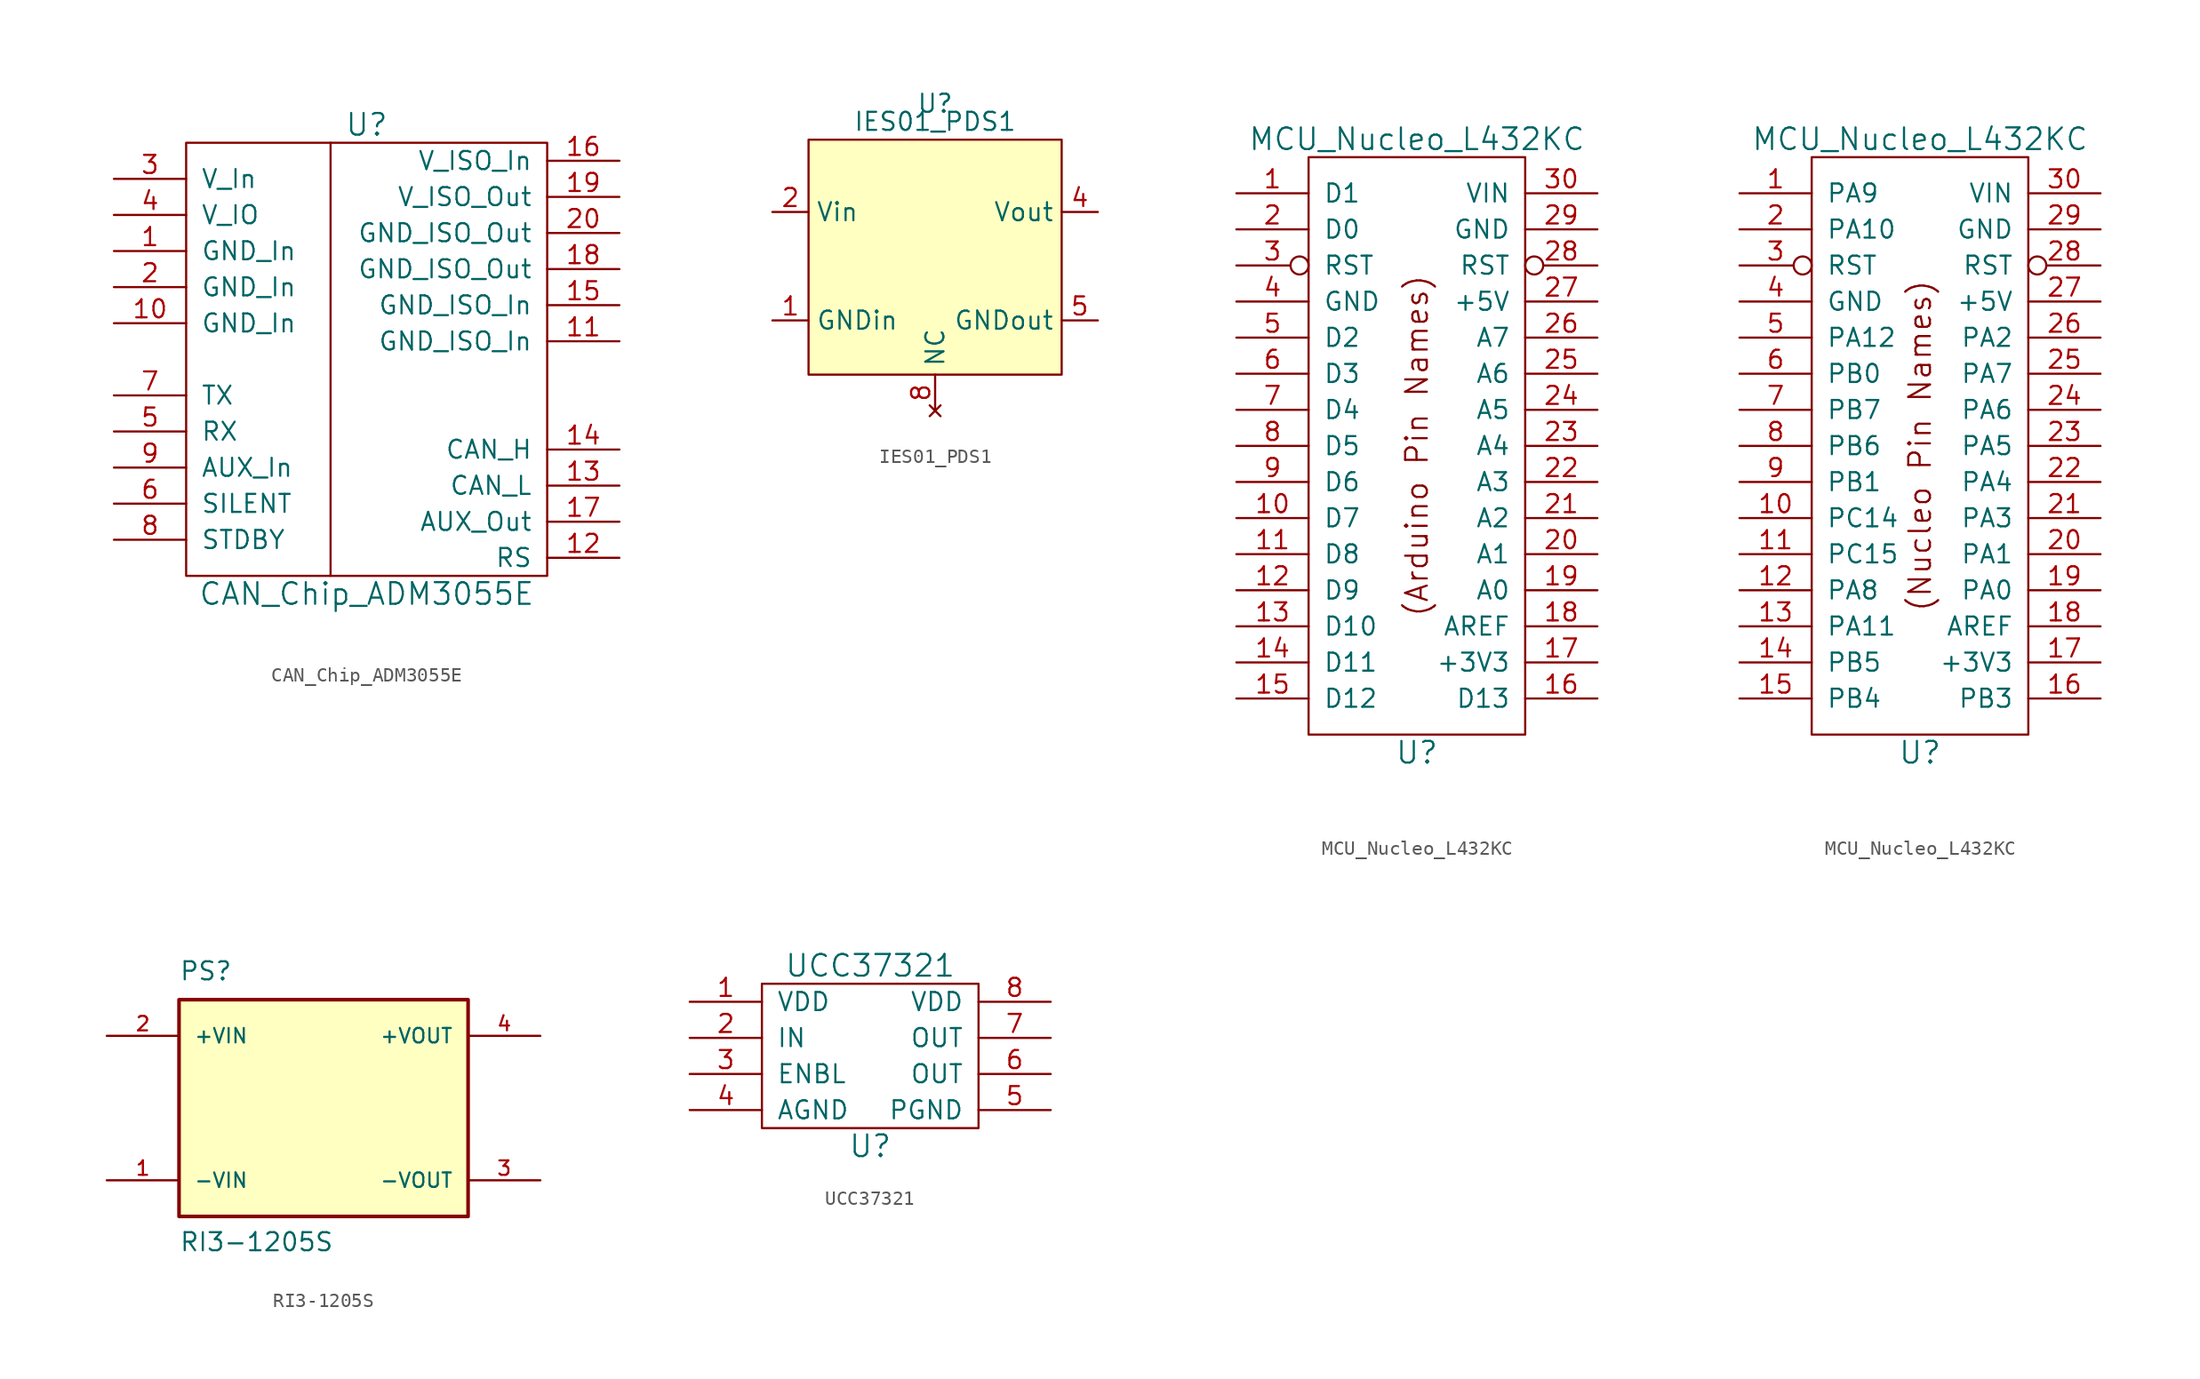
<source format=kicad_sym>
(kicad_symbol_lib
  (version 20211014)
  (generator kicad_symbol_editor)
  (symbol "CAN_Chip_ADM3055E"
    (pin_names
      (offset 1.016))
    (property "Reference" "U"
      (at 0 16.51 0)
      (effects (font (size 1.524 1.524))))
    (property "Value" "CAN_Chip_ADM3055E"
      (at 0 -16.51 0)
      (effects (font (size 1.524 1.524))))
    (symbol "CAN_Chip_ADM3055E_0_1"
      (rectangle (start -12.7 15.24) (end 12.7 -15.24) (stroke (width 0) (type default) (color 0 0 0 0)) (fill (type none)))
      (polyline (pts (xy -2.54 15.24) (xy -2.54 -15.24)) (stroke (width 0) (type default) (color 0 0 0 0)) (fill (type none))))
    (symbol "CAN_Chip_ADM3055E_1_1"
      (pin power_in line (at -17.78 7.62 0) (length 5.08) (name "GND_In" (effects (font (size 1.27 1.27)))) (number "1" (effects (font (size 1.27 1.27)))))
      (pin power_in line (at -17.78 2.54 0) (length 5.08) (name "GND_In" (effects (font (size 1.27 1.27)))) (number "10" (effects (font (size 1.27 1.27)))))
      (pin power_in line (at 17.78 1.27 180) (length 5.08) (name "GND_ISO_In" (effects (font (size 1.27 1.27)))) (number "11" (effects (font (size 1.27 1.27)))))
      (pin input line (at 17.78 -13.97 180) (length 5.08) (name "RS" (effects (font (size 1.27 1.27)))) (number "12" (effects (font (size 1.27 1.27)))))
      (pin bidirectional line (at 17.78 -8.89 180) (length 5.08) (name "CAN_L" (effects (font (size 1.27 1.27)))) (number "13" (effects (font (size 1.27 1.27)))))
      (pin bidirectional line (at 17.78 -6.35 180) (length 5.08) (name "CAN_H" (effects (font (size 1.27 1.27)))) (number "14" (effects (font (size 1.27 1.27)))))
      (pin power_in line (at 17.78 3.81 180) (length 5.08) (name "GND_ISO_In" (effects (font (size 1.27 1.27)))) (number "15" (effects (font (size 1.27 1.27)))))
      (pin power_in line (at 17.78 13.97 180) (length 5.08) (name "V_ISO_In" (effects (font (size 1.27 1.27)))) (number "16" (effects (font (size 1.27 1.27)))))
      (pin output line (at 17.78 -11.43 180) (length 5.08) (name "AUX_Out" (effects (font (size 1.27 1.27)))) (number "17" (effects (font (size 1.27 1.27)))))
      (pin power_out line (at 17.78 6.35 180) (length 5.08) (name "GND_ISO_Out" (effects (font (size 1.27 1.27)))) (number "18" (effects (font (size 1.27 1.27)))))
      (pin power_out line (at 17.78 11.43 180) (length 5.08) (name "V_ISO_Out" (effects (font (size 1.27 1.27)))) (number "19" (effects (font (size 1.27 1.27)))))
      (pin power_in line (at -17.78 5.08 0) (length 5.08) (name "GND_In" (effects (font (size 1.27 1.27)))) (number "2" (effects (font (size 1.27 1.27)))))
      (pin power_out line (at 17.78 8.89 180) (length 5.08) (name "GND_ISO_Out" (effects (font (size 1.27 1.27)))) (number "20" (effects (font (size 1.27 1.27)))))
      (pin power_in line (at -17.78 12.7 0) (length 5.08) (name "V_In" (effects (font (size 1.27 1.27)))) (number "3" (effects (font (size 1.27 1.27)))))
      (pin power_in line (at -17.78 10.16 0) (length 5.08) (name "V_IO" (effects (font (size 1.27 1.27)))) (number "4" (effects (font (size 1.27 1.27)))))
      (pin output line (at -17.78 -5.08 0) (length 5.08) (name "RX" (effects (font (size 1.27 1.27)))) (number "5" (effects (font (size 1.27 1.27)))))
      (pin input line (at -17.78 -10.16 0) (length 5.08) (name "SILENT" (effects (font (size 1.27 1.27)))) (number "6" (effects (font (size 1.27 1.27)))))
      (pin input line (at -17.78 -2.54 0) (length 5.08) (name "TX" (effects (font (size 1.27 1.27)))) (number "7" (effects (font (size 1.27 1.27)))))
      (pin input line (at -17.78 -12.7 0) (length 5.08) (name "STDBY" (effects (font (size 1.27 1.27)))) (number "8" (effects (font (size 1.27 1.27)))))
      (pin input line (at -17.78 -7.62 0) (length 5.08) (name "AUX_In" (effects (font (size 1.27 1.27)))) (number "9" (effects (font (size 1.27 1.27)))))))
  (symbol "IES01_PDS1"
    (property "Reference" "U"
      (at 0 0 0)
      (effects (font (size 1.27 1.27))))
    (property "Value" "IES01_PDS1"
      (at 0 -1.27 0)
      (effects (font (size 1.27 1.27))))
    (symbol "IES01_PDS1_0_1"
      (rectangle (start -8.89 -2.54) (end 8.89 -19.05) (stroke (width 0.152) (type default) (color 0 0 0 0)) (fill (type background))))
    (symbol "IES01_PDS1_1_1"
      (pin input line (at -11.43 -15.24 0) (length 2.54) (name "GNDin" (effects (font (size 1.27 1.27)))) (number "1" (effects (font (size 1.27 1.27)))))
      (pin input line (at -11.43 -7.62 0) (length 2.54) (name "Vin" (effects (font (size 1.27 1.27)))) (number "2" (effects (font (size 1.27 1.27)))))
      (pin power_out line (at 11.43 -7.62 180) (length 2.54) (name "Vout" (effects (font (size 1.27 1.27)))) (number "4" (effects (font (size 1.27 1.27)))))
      (pin input line (at 11.43 -15.24 180) (length 2.54) (name "GNDout" (effects (font (size 1.27 1.27)))) (number "5" (effects (font (size 1.27 1.27)))))
      (pin no_connect line (at 0 -21.59 90) (length 2.54) (name "NC" (effects (font (size 1.27 1.27)))) (number "8" (effects (font (size 1.27 1.27)))))))
  (symbol "MCU_Nucleo_L432KC"
    (pin_names
      (offset 1.016))
    (property "Reference" "U"
      (at 0 -21.59 0)
      (effects (font (size 1.524 1.524))))
    (property "Value" "MCU_Nucleo_L432KC"
      (at 0 21.59 0)
      (effects (font (size 1.524 1.524))))
    (symbol "MCU_Nucleo_L432KC_0_0"
      (rectangle (start -7.62 20.32) (end 7.62 -20.32) (stroke (width 0) (type default) (color 0 0 0 0)) (fill (type none))))
    (symbol "MCU_Nucleo_L432KC_0_1"
      (text "(Arduino Pin Names)" (at 0 0 900) (effects (font (size 1.524 1.524)))))
    (symbol "MCU_Nucleo_L432KC_0_2"
      (text "(Nucleo Pin Names)" (at 0 0 900) (effects (font (size 1.524 1.524)))))
    (symbol "MCU_Nucleo_L432KC_1_1"
      (pin bidirectional line (at -12.7 17.78 0) (length 5.08) (name "D1" (effects (font (size 1.27 1.27)))) (number "1" (effects (font (size 1.27 1.27)))))
      (pin bidirectional line (at -12.7 -5.08 0) (length 5.08) (name "D7" (effects (font (size 1.27 1.27)))) (number "10" (effects (font (size 1.27 1.27)))))
      (pin bidirectional line (at -12.7 -7.62 0) (length 5.08) (name "D8" (effects (font (size 1.27 1.27)))) (number "11" (effects (font (size 1.27 1.27)))))
      (pin bidirectional line (at -12.7 -10.16 0) (length 5.08) (name "D9" (effects (font (size 1.27 1.27)))) (number "12" (effects (font (size 1.27 1.27)))))
      (pin bidirectional line (at -12.7 -12.7 0) (length 5.08) (name "D10" (effects (font (size 1.27 1.27)))) (number "13" (effects (font (size 1.27 1.27)))))
      (pin bidirectional line (at -12.7 -15.24 0) (length 5.08) (name "D11" (effects (font (size 1.27 1.27)))) (number "14" (effects (font (size 1.27 1.27)))))
      (pin bidirectional line (at -12.7 -17.78 0) (length 5.08) (name "D12" (effects (font (size 1.27 1.27)))) (number "15" (effects (font (size 1.27 1.27)))))
      (pin bidirectional line (at 12.7 -17.78 180) (length 5.08) (name "D13" (effects (font (size 1.27 1.27)))) (number "16" (effects (font (size 1.27 1.27)))))
      (pin power_out line (at 12.7 -15.24 180) (length 5.08) (name "+3V3" (effects (font (size 1.27 1.27)))) (number "17" (effects (font (size 1.27 1.27)))))
      (pin input line (at 12.7 -12.7 180) (length 5.08) (name "AREF" (effects (font (size 1.27 1.27)))) (number "18" (effects (font (size 1.27 1.27)))))
      (pin bidirectional line (at 12.7 -10.16 180) (length 5.08) (name "A0" (effects (font (size 1.27 1.27)))) (number "19" (effects (font (size 1.27 1.27)))))
      (pin bidirectional line (at -12.7 15.24 0) (length 5.08) (name "D0" (effects (font (size 1.27 1.27)))) (number "2" (effects (font (size 1.27 1.27)))))
      (pin bidirectional line (at 12.7 -7.62 180) (length 5.08) (name "A1" (effects (font (size 1.27 1.27)))) (number "20" (effects (font (size 1.27 1.27)))))
      (pin bidirectional line (at 12.7 -5.08 180) (length 5.08) (name "A2" (effects (font (size 1.27 1.27)))) (number "21" (effects (font (size 1.27 1.27)))))
      (pin bidirectional line (at 12.7 -2.54 180) (length 5.08) (name "A3" (effects (font (size 1.27 1.27)))) (number "22" (effects (font (size 1.27 1.27)))))
      (pin bidirectional line (at 12.7 0 180) (length 5.08) (name "A4" (effects (font (size 1.27 1.27)))) (number "23" (effects (font (size 1.27 1.27)))))
      (pin bidirectional line (at 12.7 2.54 180) (length 5.08) (name "A5" (effects (font (size 1.27 1.27)))) (number "24" (effects (font (size 1.27 1.27)))))
      (pin bidirectional line (at 12.7 5.08 180) (length 5.08) (name "A6" (effects (font (size 1.27 1.27)))) (number "25" (effects (font (size 1.27 1.27)))))
      (pin bidirectional line (at 12.7 7.62 180) (length 5.08) (name "A7" (effects (font (size 1.27 1.27)))) (number "26" (effects (font (size 1.27 1.27)))))
      (pin power_out line (at 12.7 10.16 180) (length 5.08) (name "+5V" (effects (font (size 1.27 1.27)))) (number "27" (effects (font (size 1.27 1.27)))))
      (pin input inverted (at 12.7 12.7 180) (length 5.08) (name "RST" (effects (font (size 1.27 1.27)))) (number "28" (effects (font (size 1.27 1.27)))))
      (pin power_in line (at 12.7 15.24 180) (length 5.08) (name "GND" (effects (font (size 1.27 1.27)))) (number "29" (effects (font (size 1.27 1.27)))))
      (pin input inverted (at -12.7 12.7 0) (length 5.08) (name "RST" (effects (font (size 1.27 1.27)))) (number "3" (effects (font (size 1.27 1.27)))))
      (pin power_in line (at 12.7 17.78 180) (length 5.08) (name "VIN" (effects (font (size 1.27 1.27)))) (number "30" (effects (font (size 1.27 1.27)))))
      (pin power_in line (at -12.7 10.16 0) (length 5.08) (name "GND" (effects (font (size 1.27 1.27)))) (number "4" (effects (font (size 1.27 1.27)))))
      (pin bidirectional line (at -12.7 7.62 0) (length 5.08) (name "D2" (effects (font (size 1.27 1.27)))) (number "5" (effects (font (size 1.27 1.27)))))
      (pin bidirectional line (at -12.7 5.08 0) (length 5.08) (name "D3" (effects (font (size 1.27 1.27)))) (number "6" (effects (font (size 1.27 1.27)))))
      (pin bidirectional line (at -12.7 2.54 0) (length 5.08) (name "D4" (effects (font (size 1.27 1.27)))) (number "7" (effects (font (size 1.27 1.27)))))
      (pin bidirectional line (at -12.7 0 0) (length 5.08) (name "D5" (effects (font (size 1.27 1.27)))) (number "8" (effects (font (size 1.27 1.27)))))
      (pin bidirectional line (at -12.7 -2.54 0) (length 5.08) (name "D6" (effects (font (size 1.27 1.27)))) (number "9" (effects (font (size 1.27 1.27))))))
    (symbol "MCU_Nucleo_L432KC_1_2"
      (pin bidirectional line (at -12.7 17.78 0) (length 5.08) (name "PA9" (effects (font (size 1.27 1.27)))) (number "1" (effects (font (size 1.27 1.27)))))
      (pin bidirectional line (at -12.7 -5.08 0) (length 5.08) (name "PC14" (effects (font (size 1.27 1.27)))) (number "10" (effects (font (size 1.27 1.27)))))
      (pin bidirectional line (at -12.7 -7.62 0) (length 5.08) (name "PC15" (effects (font (size 1.27 1.27)))) (number "11" (effects (font (size 1.27 1.27)))))
      (pin bidirectional line (at -12.7 -10.16 0) (length 5.08) (name "PA8" (effects (font (size 1.27 1.27)))) (number "12" (effects (font (size 1.27 1.27)))))
      (pin bidirectional line (at -12.7 -12.7 0) (length 5.08) (name "PA11" (effects (font (size 1.27 1.27)))) (number "13" (effects (font (size 1.27 1.27)))))
      (pin bidirectional line (at -12.7 -15.24 0) (length 5.08) (name "PB5" (effects (font (size 1.27 1.27)))) (number "14" (effects (font (size 1.27 1.27)))))
      (pin bidirectional line (at -12.7 -17.78 0) (length 5.08) (name "PB4" (effects (font (size 1.27 1.27)))) (number "15" (effects (font (size 1.27 1.27)))))
      (pin bidirectional line (at 12.7 -17.78 180) (length 5.08) (name "PB3" (effects (font (size 1.27 1.27)))) (number "16" (effects (font (size 1.27 1.27)))))
      (pin power_out line (at 12.7 -15.24 180) (length 5.08) (name "+3V3" (effects (font (size 1.27 1.27)))) (number "17" (effects (font (size 1.27 1.27)))))
      (pin input line (at 12.7 -12.7 180) (length 5.08) (name "AREF" (effects (font (size 1.27 1.27)))) (number "18" (effects (font (size 1.27 1.27)))))
      (pin bidirectional line (at 12.7 -10.16 180) (length 5.08) (name "PA0" (effects (font (size 1.27 1.27)))) (number "19" (effects (font (size 1.27 1.27)))))
      (pin bidirectional line (at -12.7 15.24 0) (length 5.08) (name "PA10" (effects (font (size 1.27 1.27)))) (number "2" (effects (font (size 1.27 1.27)))))
      (pin bidirectional line (at 12.7 -7.62 180) (length 5.08) (name "PA1" (effects (font (size 1.27 1.27)))) (number "20" (effects (font (size 1.27 1.27)))))
      (pin bidirectional line (at 12.7 -5.08 180) (length 5.08) (name "PA3" (effects (font (size 1.27 1.27)))) (number "21" (effects (font (size 1.27 1.27)))))
      (pin bidirectional line (at 12.7 -2.54 180) (length 5.08) (name "PA4" (effects (font (size 1.27 1.27)))) (number "22" (effects (font (size 1.27 1.27)))))
      (pin bidirectional line (at 12.7 0 180) (length 5.08) (name "PA5" (effects (font (size 1.27 1.27)))) (number "23" (effects (font (size 1.27 1.27)))))
      (pin bidirectional line (at 12.7 2.54 180) (length 5.08) (name "PA6" (effects (font (size 1.27 1.27)))) (number "24" (effects (font (size 1.27 1.27)))))
      (pin bidirectional line (at 12.7 5.08 180) (length 5.08) (name "PA7" (effects (font (size 1.27 1.27)))) (number "25" (effects (font (size 1.27 1.27)))))
      (pin bidirectional line (at 12.7 7.62 180) (length 5.08) (name "PA2" (effects (font (size 1.27 1.27)))) (number "26" (effects (font (size 1.27 1.27)))))
      (pin power_out line (at 12.7 10.16 180) (length 5.08) (name "+5V" (effects (font (size 1.27 1.27)))) (number "27" (effects (font (size 1.27 1.27)))))
      (pin input inverted (at 12.7 12.7 180) (length 5.08) (name "RST" (effects (font (size 1.27 1.27)))) (number "28" (effects (font (size 1.27 1.27)))))
      (pin power_in line (at 12.7 15.24 180) (length 5.08) (name "GND" (effects (font (size 1.27 1.27)))) (number "29" (effects (font (size 1.27 1.27)))))
      (pin input inverted (at -12.7 12.7 0) (length 5.08) (name "RST" (effects (font (size 1.27 1.27)))) (number "3" (effects (font (size 1.27 1.27)))))
      (pin power_in line (at 12.7 17.78 180) (length 5.08) (name "VIN" (effects (font (size 1.27 1.27)))) (number "30" (effects (font (size 1.27 1.27)))))
      (pin power_in line (at -12.7 10.16 0) (length 5.08) (name "GND" (effects (font (size 1.27 1.27)))) (number "4" (effects (font (size 1.27 1.27)))))
      (pin bidirectional line (at -12.7 7.62 0) (length 5.08) (name "PA12" (effects (font (size 1.27 1.27)))) (number "5" (effects (font (size 1.27 1.27)))))
      (pin bidirectional line (at -12.7 5.08 0) (length 5.08) (name "PB0" (effects (font (size 1.27 1.27)))) (number "6" (effects (font (size 1.27 1.27)))))
      (pin bidirectional line (at -12.7 2.54 0) (length 5.08) (name "PB7" (effects (font (size 1.27 1.27)))) (number "7" (effects (font (size 1.27 1.27)))))
      (pin bidirectional line (at -12.7 0 0) (length 5.08) (name "PB6" (effects (font (size 1.27 1.27)))) (number "8" (effects (font (size 1.27 1.27)))))
      (pin bidirectional line (at -12.7 -2.54 0) (length 5.08) (name "PB1" (effects (font (size 1.27 1.27)))) (number "9" (effects (font (size 1.27 1.27)))))))
  (symbol "RI3-1205S"
    (pin_names
      (offset 1.016))
    (property "Reference" "PS"
      (at -10.16 8.89 0)
      (effects (font (size 1.27 1.27)) (justify left bottom)))
    (property "Value" "RI3-1205S"
      (at -10.16 -10.16 0)
      (effects (font (size 1.27 1.27)) (justify left bottom)))
    (property "ki_locked" ""
      (at 0 0 0)
      (effects (font (size 1.27 1.27))))
    (symbol "RI3-1205S_0_0"
      (rectangle (start -10.16 -7.62) (end 10.16 7.62) (stroke (width 0.254) (type default) (color 0 0 0 0)) (fill (type background)))
      (pin input line (at -15.24 -5.08 0) (length 5.08) (name "-VIN" (effects (font (size 1.016 1.016)))) (number "1" (effects (font (size 1.016 1.016)))))
      (pin input line (at -15.24 5.08 0) (length 5.08) (name "+VIN" (effects (font (size 1.016 1.016)))) (number "2" (effects (font (size 1.016 1.016)))))
      (pin output line (at 15.24 -5.08 180) (length 5.08) (name "-VOUT" (effects (font (size 1.016 1.016)))) (number "3" (effects (font (size 1.016 1.016)))))
      (pin output line (at 15.24 5.08 180) (length 5.08) (name "+VOUT" (effects (font (size 1.016 1.016)))) (number "4" (effects (font (size 1.016 1.016)))))))
  (symbol "UCC37321"
    (pin_names
      (offset 1.016))
    (property "Reference" "U"
      (at 0 -6.35 0)
      (effects (font (size 1.524 1.524))))
    (property "Value" "UCC37321"
      (at 0 6.35 0)
      (effects (font (size 1.524 1.524))))
    (symbol "UCC37321_0_1"
      (rectangle (start -7.62 5.08) (end 7.62 -5.08) (stroke (width 0) (type default) (color 0 0 0 0)) (fill (type none))))
    (symbol "UCC37321_1_1"
      (pin power_in line (at -12.7 3.81 0) (length 5.08) (name "VDD" (effects (font (size 1.27 1.27)))) (number "1" (effects (font (size 1.27 1.27)))))
      (pin input line (at -12.7 1.27 0) (length 5.08) (name "IN" (effects (font (size 1.27 1.27)))) (number "2" (effects (font (size 1.27 1.27)))))
      (pin input line (at -12.7 -1.27 0) (length 5.08) (name "ENBL" (effects (font (size 1.27 1.27)))) (number "3" (effects (font (size 1.27 1.27)))))
      (pin power_in line (at -12.7 -3.81 0) (length 5.08) (name "AGND" (effects (font (size 1.27 1.27)))) (number "4" (effects (font (size 1.27 1.27)))))
      (pin power_in line (at 12.7 -3.81 180) (length 5.08) (name "PGND" (effects (font (size 1.27 1.27)))) (number "5" (effects (font (size 1.27 1.27)))))
      (pin output line (at 12.7 -1.27 180) (length 5.08) (name "OUT" (effects (font (size 1.27 1.27)))) (number "6" (effects (font (size 1.27 1.27)))))
      (pin output line (at 12.7 1.27 180) (length 5.08) (name "OUT" (effects (font (size 1.27 1.27)))) (number "7" (effects (font (size 1.27 1.27)))))
      (pin power_in line (at 12.7 3.81 180) (length 5.08) (name "VDD" (effects (font (size 1.27 1.27)))) (number "8" (effects (font (size 1.27 1.27))))))))
</source>
